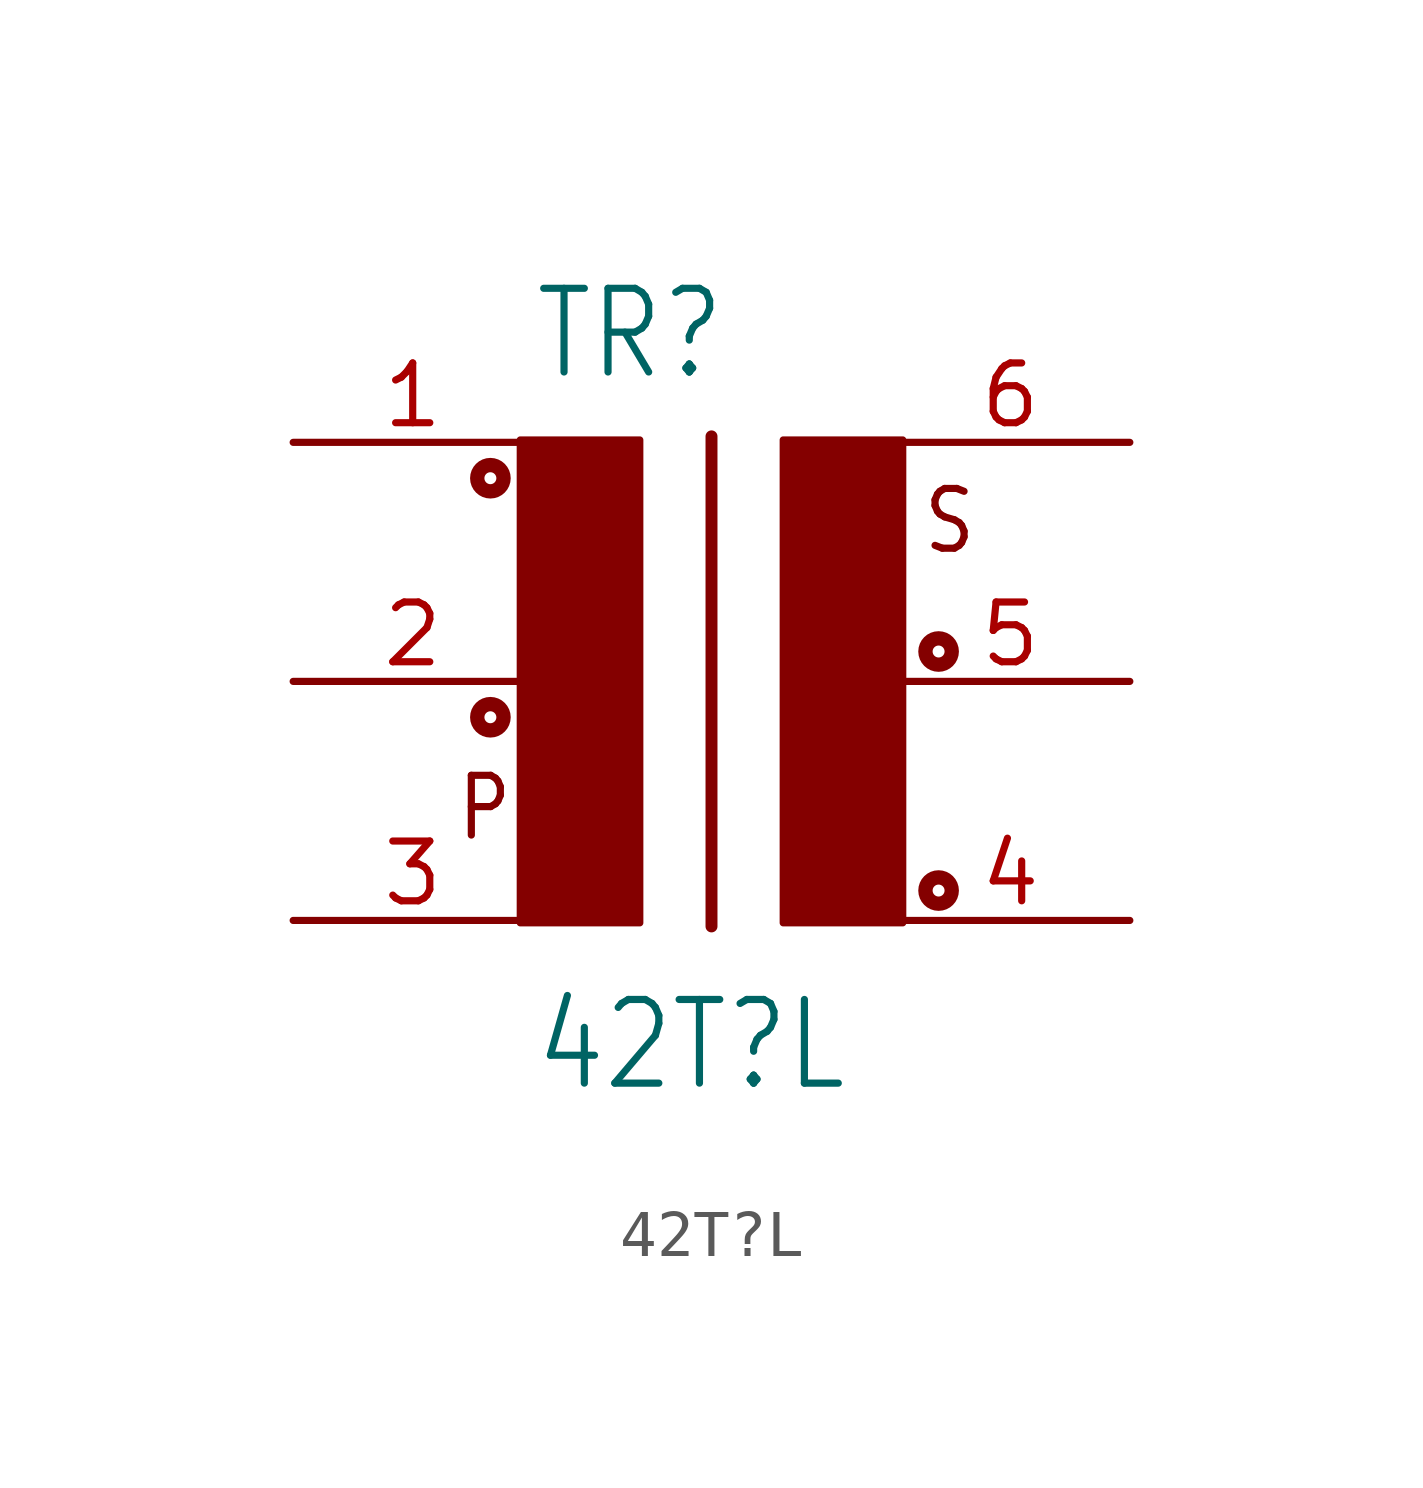
<source format=kicad_sym>
(kicad_symbol_lib
  (version 20211014)
  (generator kicad_symbol_editor)
  (symbol "42T?L"
    (property "Reference" "TR"
      (at -2.54 6.35 0)
      (effects (font (size 1.778 1.511)) (justify left bottom)))
    (property "Value" "42T?L"
      (at -2.54 -8.763 0)
      (effects (font (size 1.778 1.511)) (justify left bottom)))
    (property "ki_locked" ""
      (at 0 0 0)
      (effects (font (size 1.27 1.27))))
    (symbol "42T?L_1_0"
      (circle (center -3.429 -0.762) (radius 0.127) (stroke (width 0.305) (type default) (color 0 0 0 0)) (fill (type none)))
      (circle (center -3.429 4.318) (radius 0.127) (stroke (width 0.305) (type default) (color 0 0 0 0)) (fill (type none)))
      (rectangle (start -2.794 -5.131) (end -0.254 5.131) (stroke (width 0) (type default) (color 0 0 0 0)) (fill (type outline)))
      (polyline (pts (xy 1.27 5.207) (xy 1.27 -5.207)) (stroke (width 0.254) (type default) (color 0 0 0 0)) (fill (type none)))
      (rectangle (start 2.794 -5.131) (end 5.334 5.131) (stroke (width 0) (type default) (color 0 0 0 0)) (fill (type outline)))
      (circle (center 6.096 -4.445) (radius 0.127) (stroke (width 0.305) (type default) (color 0 0 0 0)) (fill (type none)))
      (circle (center 6.096 0.635) (radius 0.127) (stroke (width 0.305) (type default) (color 0 0 0 0)) (fill (type none)))
      (text "P" (at -4.191 -3.429 0) (effects (font (size 1.27 1.079)) (justify left bottom)))
      (text "S" (at 5.715 2.667 0) (effects (font (size 1.27 1.079)) (justify left bottom)))
      (pin passive line (at -7.62 5.08 0) (length 5.08) (name "1" (effects (font (size 0 0)))) (number "1" (effects (font (size 1.27 1.27)))))
      (pin passive line (at -7.62 0 0) (length 5.08) (name "2" (effects (font (size 0 0)))) (number "2" (effects (font (size 1.27 1.27)))))
      (pin passive line (at -7.62 -5.08 0) (length 5.08) (name "3" (effects (font (size 0 0)))) (number "3" (effects (font (size 1.27 1.27)))))
      (pin passive line (at 10.16 -5.08 180) (length 5.08) (name "4" (effects (font (size 0 0)))) (number "4" (effects (font (size 1.27 1.27)))))
      (pin passive line (at 10.16 0 180) (length 5.08) (name "5" (effects (font (size 0 0)))) (number "5" (effects (font (size 1.27 1.27)))))
      (pin passive line (at 10.16 5.08 180) (length 5.08) (name "6" (effects (font (size 0 0)))) (number "6" (effects (font (size 1.27 1.27))))))))
</source>
